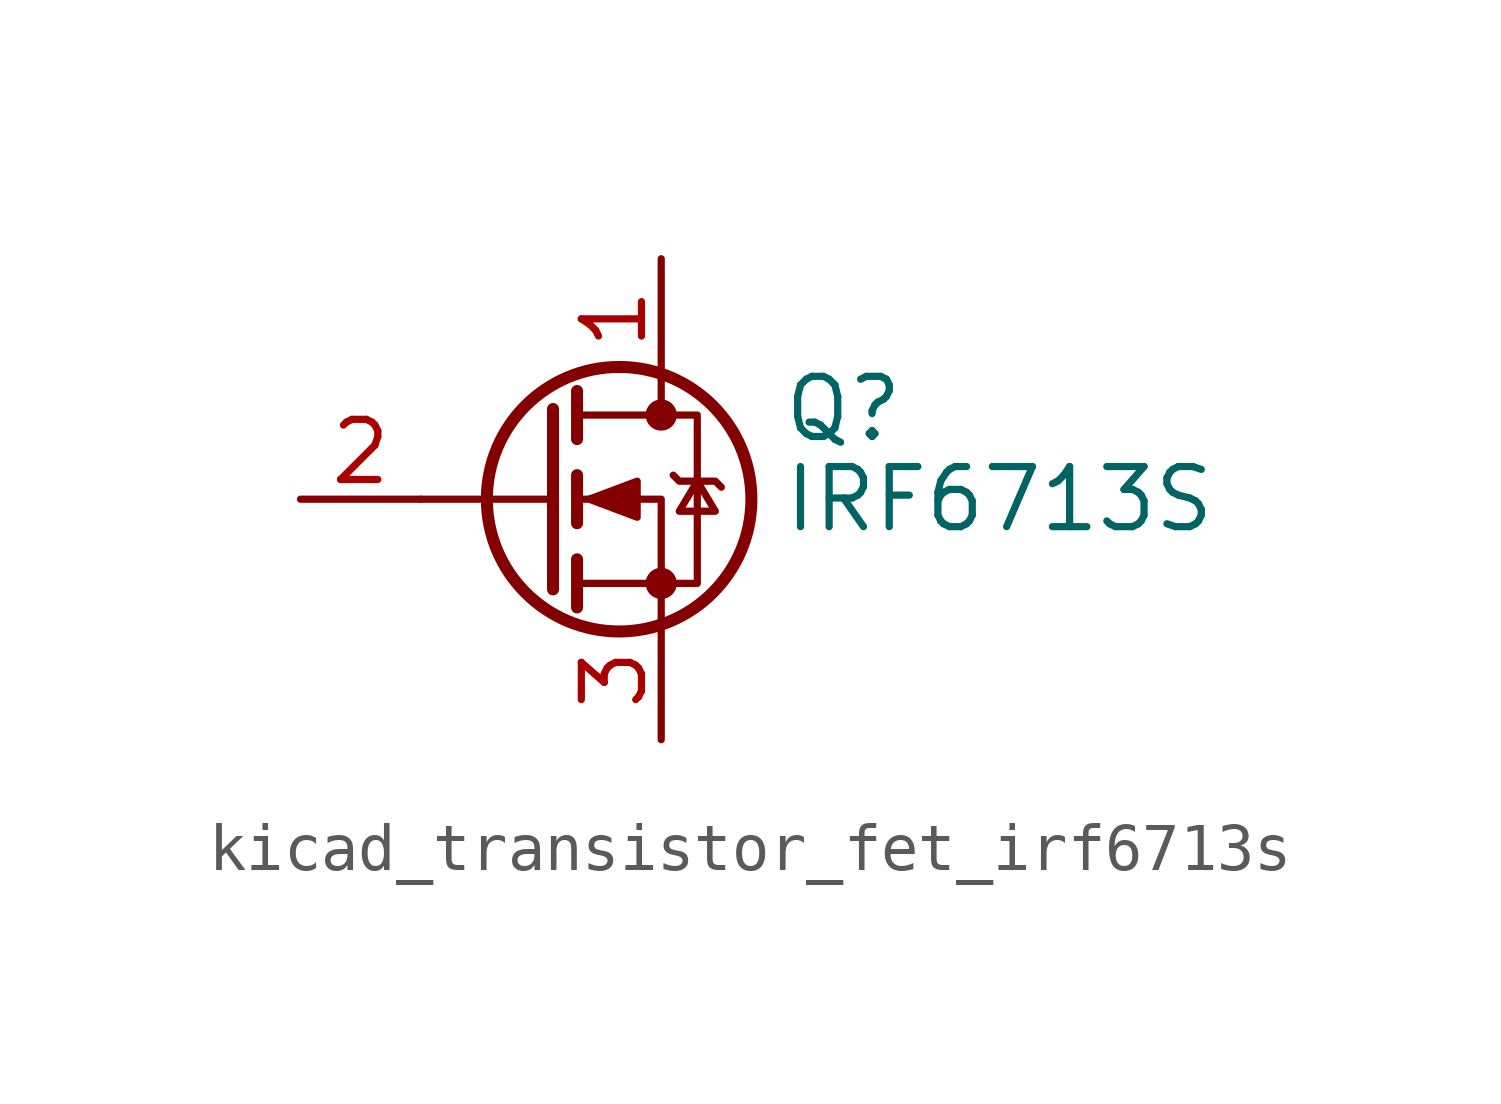
<source format=kicad_sym>
(kicad_symbol_lib
  (version 20220914)
  (generator kicad_symbol_editor)
  (symbol "kicad_transistor_fet_irf6713s"
    (pin_names hide)
    (property "Reference" "Q"
      (at 5.08 1.905 0)
      (effects (font (size 1.27 1.27)) (justify left)))
    (property "Value" "IRF6713S"
      (at 5.08 0 0)
      (effects (font (size 1.27 1.27)) (justify left)))
    (symbol "kicad_transistor_fet_irf6713s_0_1"
      (polyline (pts (xy 0.254 0) (xy -2.54 0)) (stroke (width 0) (type default)) (fill (type none)))
      (polyline (pts (xy 0.254 1.905) (xy 0.254 -1.905)) (stroke (width 0.254) (type default)) (fill (type none)))
      (polyline (pts (xy 0.762 -1.27) (xy 0.762 -2.286)) (stroke (width 0.254) (type default)) (fill (type none)))
      (polyline (pts (xy 0.762 0.508) (xy 0.762 -0.508)) (stroke (width 0.254) (type default)) (fill (type none)))
      (polyline (pts (xy 0.762 2.286) (xy 0.762 1.27)) (stroke (width 0.254) (type default)) (fill (type none)))
      (polyline (pts (xy 2.54 2.54) (xy 2.54 1.778)) (stroke (width 0) (type default)) (fill (type none)))
      (polyline (pts (xy 2.54 -2.54) (xy 2.54 0) (xy 0.762 0)) (stroke (width 0) (type default)) (fill (type none)))
      (polyline (pts (xy 0.762 -1.778) (xy 3.302 -1.778) (xy 3.302 1.778) (xy 0.762 1.778)) (stroke (width 0) (type default)) (fill (type none)))
      (polyline (pts (xy 1.016 0) (xy 2.032 0.381) (xy 2.032 -0.381) (xy 1.016 0)) (stroke (width 0) (type default)) (fill (type outline)))
      (polyline (pts (xy 2.794 0.508) (xy 2.921 0.381) (xy 3.683 0.381) (xy 3.81 0.254)) (stroke (width 0) (type default)) (fill (type none)))
      (polyline (pts (xy 3.302 0.381) (xy 2.921 -0.254) (xy 3.683 -0.254) (xy 3.302 0.381)) (stroke (width 0) (type default)) (fill (type none)))
      (circle (center 1.651 0) (radius 2.794) (stroke (width 0.254) (type default)) (fill (type none)))
      (circle (center 2.54 -1.778) (radius 0.254) (stroke (width 0) (type default)) (fill (type outline)))
      (circle (center 2.54 1.778) (radius 0.254) (stroke (width 0) (type default)) (fill (type outline))))
    (symbol "kicad_transistor_fet_irf6713s_1_1"
      (pin passive line (at 2.54 5.08 270) (length 2.54) (name "D" (effects (font (size 1.27 1.27)))) (number "1" (effects (font (size 1.27 1.27)))))
      (pin input line (at -5.08 0 0) (length 2.54) (name "G" (effects (font (size 1.27 1.27)))) (number "2" (effects (font (size 1.27 1.27)))))
      (pin passive line (at 2.54 -5.08 90) (length 2.54) (name "S" (effects (font (size 1.27 1.27)))) (number "3" (effects (font (size 1.27 1.27))))))))
</source>
